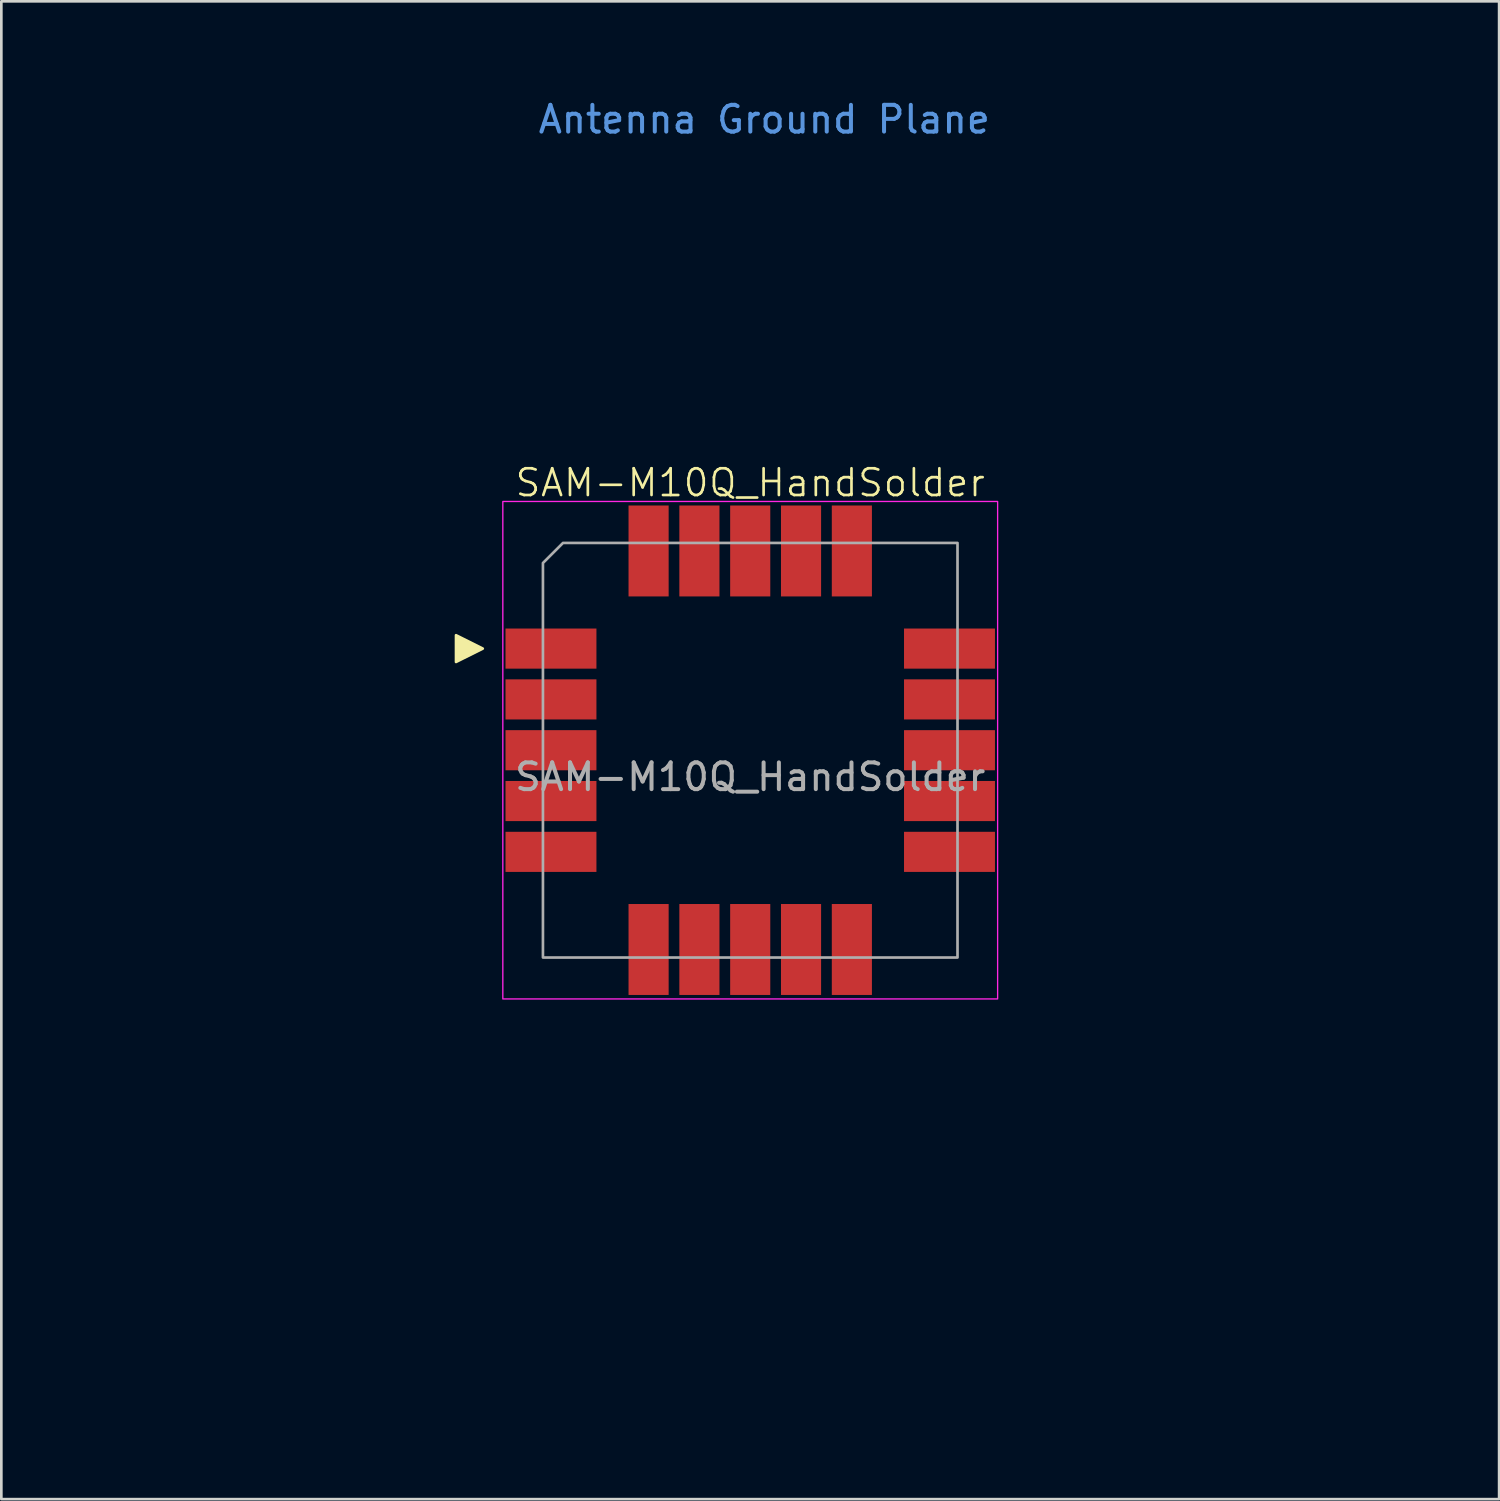
<source format=kicad_pcb>
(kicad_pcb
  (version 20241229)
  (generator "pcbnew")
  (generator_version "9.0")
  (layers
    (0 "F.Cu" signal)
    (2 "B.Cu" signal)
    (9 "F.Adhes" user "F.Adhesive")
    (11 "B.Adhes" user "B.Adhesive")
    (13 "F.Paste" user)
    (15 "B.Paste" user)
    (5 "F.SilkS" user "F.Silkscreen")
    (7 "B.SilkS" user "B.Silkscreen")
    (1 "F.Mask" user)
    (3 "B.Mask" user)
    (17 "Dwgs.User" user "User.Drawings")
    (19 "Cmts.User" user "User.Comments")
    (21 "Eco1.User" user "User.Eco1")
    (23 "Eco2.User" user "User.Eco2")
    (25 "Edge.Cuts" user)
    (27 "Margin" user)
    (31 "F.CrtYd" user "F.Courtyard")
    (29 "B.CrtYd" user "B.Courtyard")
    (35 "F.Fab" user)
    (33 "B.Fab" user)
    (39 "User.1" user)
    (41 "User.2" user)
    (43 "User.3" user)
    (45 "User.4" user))
  (footprint "SAM-M10Q_HandSolder"
    (layer "F.Cu")
    (at 25 25)
    (property "Reference" "SAM-M10Q_HandSolder" (at 0 -10 0) (unlocked yes) (layer "F.SilkS") (effects (font (size 1 1) (thickness 0.1))))
    (attr smd)
    (fp_poly (pts (xy -10 -3.8) (xy -11 -3.3) (xy -11 -4.3)) (stroke (width 0.1) (type solid)) (fill yes) (layer "F.SilkS"))
    (fp_rect (start -9.25 -9.3) (end 9.25 9.3) (stroke (width 0.05) (type solid)) (fill no) (layer "F.CrtYd"))
    (fp_poly (pts (xy -7.75 -7) (xy -7 -7.75) (xy 7.75 -7.75) (xy 7.75 7.75) (xy -7.75 7.75)) (stroke (width 0.1) (type solid)) (fill no) (layer "F.Fab"))
    (fp_text user "Antenna Ground Plane" (at -8 -23 0) (unlocked yes) (layer "Cmts.User") (effects (font (size 1 1) (thickness 0.15)) (justify left bottom)))
    (fp_text user "${REFERENCE}" (at 0 1 0) (unlocked yes) (layer "F.Fab") (effects (font (size 1 1) (thickness 0.15))))
    (pad "1" smd rect (at -7.45 -3.8 270) (size 1.5 3.4) (layers "F.Cu" "F.Mask" "F.Paste"))
    (pad "2" smd rect (at -7.45 -1.9 270) (size 1.5 3.4) (layers "F.Cu" "F.Mask" "F.Paste"))
    (pad "3" smd rect (at -7.45 0 270) (size 1.5 3.4) (layers "F.Cu" "F.Mask" "F.Paste"))
    (pad "4" smd rect (at -7.45 1.9 270) (size 1.5 3.4) (layers "F.Cu" "F.Mask" "F.Paste"))
    (pad "5" smd rect (at -7.45 3.8 270) (size 1.5 3.4) (layers "F.Cu" "F.Mask" "F.Paste"))
    (pad "6" smd rect (at -3.8 7.45 180) (size 1.5 3.4) (layers "F.Cu" "F.Mask" "F.Paste"))
    (pad "7" smd rect (at -1.9 7.45 180) (size 1.5 3.4) (layers "F.Cu" "F.Mask" "F.Paste"))
    (pad "8" smd rect (at 0 7.45 180) (size 1.5 3.4) (layers "F.Cu" "F.Mask" "F.Paste"))
    (pad "9" smd rect (at 1.9 7.45 180) (size 1.5 3.4) (layers "F.Cu" "F.Mask" "F.Paste"))
    (pad "10" smd rect (at 3.8 7.45 180) (size 1.5 3.4) (layers "F.Cu" "F.Mask" "F.Paste"))
    (pad "11" smd rect (at 7.45 3.8 270) (size 1.5 3.4) (layers "F.Cu" "F.Mask" "F.Paste"))
    (pad "12" smd rect (at 7.45 1.9 270) (size 1.5 3.4) (layers "F.Cu" "F.Mask" "F.Paste"))
    (pad "13" smd rect (at 7.45 0 270) (size 1.5 3.4) (layers "F.Cu" "F.Mask" "F.Paste"))
    (pad "14" smd rect (at 7.45 -1.9 270) (size 1.5 3.4) (layers "F.Cu" "F.Mask" "F.Paste"))
    (pad "15" smd rect (at 7.45 -3.8 270) (size 1.5 3.4) (layers "F.Cu" "F.Mask" "F.Paste"))
    (pad "16" smd rect (at 3.8 -7.45 180) (size 1.5 3.4) (layers "F.Cu" "F.Mask" "F.Paste"))
    (pad "17" smd rect (at 1.9 -7.45 180) (size 1.5 3.4) (layers "F.Cu" "F.Mask" "F.Paste"))
    (pad "18" smd rect (at 0 -7.45 180) (size 1.5 3.4) (layers "F.Cu" "F.Mask" "F.Paste"))
    (pad "19" smd rect (at -1.9 -7.45 180) (size 1.5 3.4) (layers "F.Cu" "F.Mask" "F.Paste"))
    (pad "20" smd rect (at -3.8 -7.45 180) (size 1.5 3.4) (layers "F.Cu" "F.Mask" "F.Paste"))
    (zone (net_name "") (layer "Dwgs.User") (name "Antenna Ground Plane") (hatch edge 0.5) (connect_pads) (min_thickness 0.25) (filled_areas_thickness no) (keepout (tracks allowed) (vias allowed) (pads allowed) (copperpour allowed) (footprints allowed)) (placement (enabled no)) (fill) (polygon (pts (xy 50 0) (xy 50 50) (xy 0 50) (xy 0 0)))))
  (gr_rect
    (start -3 -3)
    (end 53 53)
    (stroke (width 0.1) (type default))
    (fill no)
    (layer "Edge.Cuts")))
</source>
